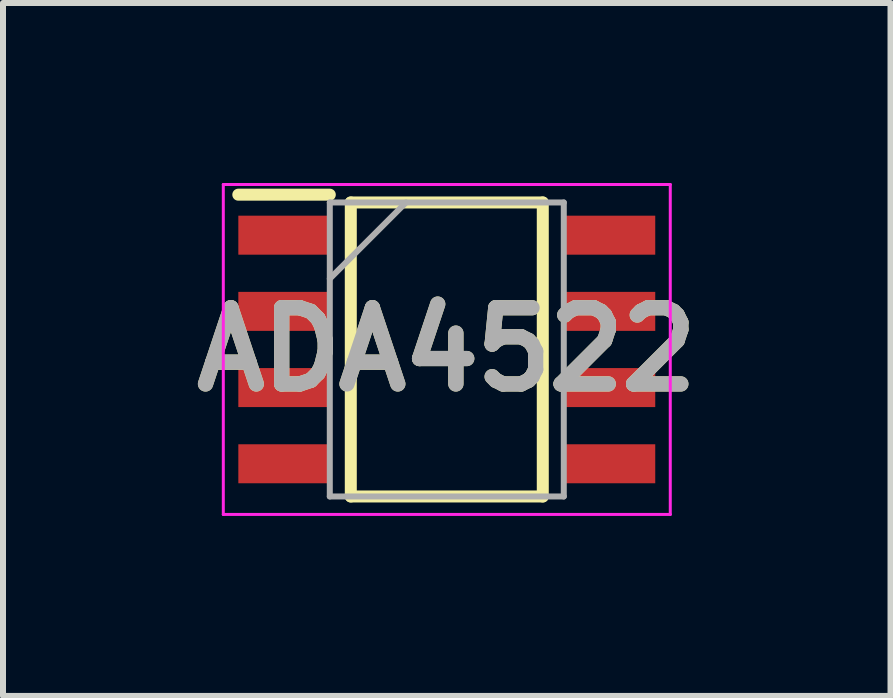
<source format=kicad_pcb>
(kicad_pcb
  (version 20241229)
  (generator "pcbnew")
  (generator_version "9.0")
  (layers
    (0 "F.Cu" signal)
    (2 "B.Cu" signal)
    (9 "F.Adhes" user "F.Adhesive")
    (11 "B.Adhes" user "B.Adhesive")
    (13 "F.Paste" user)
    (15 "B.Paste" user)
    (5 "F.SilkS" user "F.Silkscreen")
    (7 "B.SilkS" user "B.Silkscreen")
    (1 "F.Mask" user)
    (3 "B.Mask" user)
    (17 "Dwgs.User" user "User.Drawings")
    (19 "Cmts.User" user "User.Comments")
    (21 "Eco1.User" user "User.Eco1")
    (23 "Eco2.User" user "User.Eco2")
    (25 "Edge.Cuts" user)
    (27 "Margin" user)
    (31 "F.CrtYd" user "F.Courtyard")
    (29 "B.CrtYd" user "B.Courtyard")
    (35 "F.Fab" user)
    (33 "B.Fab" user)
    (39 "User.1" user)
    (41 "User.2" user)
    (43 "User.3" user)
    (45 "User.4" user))
  (footprint "ADA4522"
    (layer "F.Cu")
    (at 4.397 2.775)
    (property "Reference" "ADA4522" (at 0 0 0) (layer "F.SilkS") (effects (font (size 1.27 1.27) (thickness 0.254))))
    (attr smd)
    (fp_line (start -3.475 -2.58) (end -1.95 -2.58) (stroke (width 0.2) (type solid)) (layer "F.SilkS"))
    (fp_line (start -1.6 -2.45) (end 1.6 -2.45) (stroke (width 0.2) (type solid)) (layer "F.SilkS"))
    (fp_line (start -1.6 2.45) (end -1.6 -2.45) (stroke (width 0.2) (type solid)) (layer "F.SilkS"))
    (fp_line (start 1.6 -2.45) (end 1.6 2.45) (stroke (width 0.2) (type solid)) (layer "F.SilkS"))
    (fp_line (start 1.6 2.45) (end -1.6 2.45) (stroke (width 0.2) (type solid)) (layer "F.SilkS"))
    (fp_line (start -3.725 -2.75) (end 3.725 -2.75) (stroke (width 0.05) (type solid)) (layer "F.CrtYd"))
    (fp_line (start -3.725 2.75) (end -3.725 -2.75) (stroke (width 0.05) (type solid)) (layer "F.CrtYd"))
    (fp_line (start 3.725 -2.75) (end 3.725 2.75) (stroke (width 0.05) (type solid)) (layer "F.CrtYd"))
    (fp_line (start 3.725 2.75) (end -3.725 2.75) (stroke (width 0.05) (type solid)) (layer "F.CrtYd"))
    (fp_line (start -1.95 -2.45) (end 1.95 -2.45) (stroke (width 0.1) (type solid)) (layer "F.Fab"))
    (fp_line (start -1.95 -1.18) (end -0.68 -2.45) (stroke (width 0.1) (type solid)) (layer "F.Fab"))
    (fp_line (start -1.95 2.45) (end -1.95 -2.45) (stroke (width 0.1) (type solid)) (layer "F.Fab"))
    (fp_line (start 1.95 -2.45) (end 1.95 2.45) (stroke (width 0.1) (type solid)) (layer "F.Fab"))
    (fp_line (start 1.95 2.45) (end -1.95 2.45) (stroke (width 0.1) (type solid)) (layer "F.Fab"))
    (fp_text user "${REFERENCE}" (at 0 0 0) (layer "F.Fab") (effects (font (size 1.27 1.27) (thickness 0.254))))
    (pad "1" smd rect (at -2.712 -1.905 90) (size 0.65 1.525) (layers "F.Cu" "F.Mask" "F.Paste"))
    (pad "2" smd rect (at -2.712 -0.635 90) (size 0.65 1.525) (layers "F.Cu" "F.Mask" "F.Paste"))
    (pad "3" smd rect (at -2.712 0.635 90) (size 0.65 1.525) (layers "F.Cu" "F.Mask" "F.Paste"))
    (pad "4" smd rect (at -2.712 1.905 90) (size 0.65 1.525) (layers "F.Cu" "F.Mask" "F.Paste"))
    (pad "5" smd rect (at 2.712 1.905 90) (size 0.65 1.525) (layers "F.Cu" "F.Mask" "F.Paste"))
    (pad "6" smd rect (at 2.712 0.635 90) (size 0.65 1.525) (layers "F.Cu" "F.Mask" "F.Paste"))
    (pad "7" smd rect (at 2.712 -0.635 90) (size 0.65 1.525) (layers "F.Cu" "F.Mask" "F.Paste"))
    (pad "8" smd rect (at 2.712 -1.905 90) (size 0.65 1.525) (layers "F.Cu" "F.Mask" "F.Paste")))
  (gr_rect
    (start -3 -3)
    (end 11.793 8.55)
    (stroke (width 0.1) (type default))
    (fill no)
    (layer "Edge.Cuts")))
</source>
